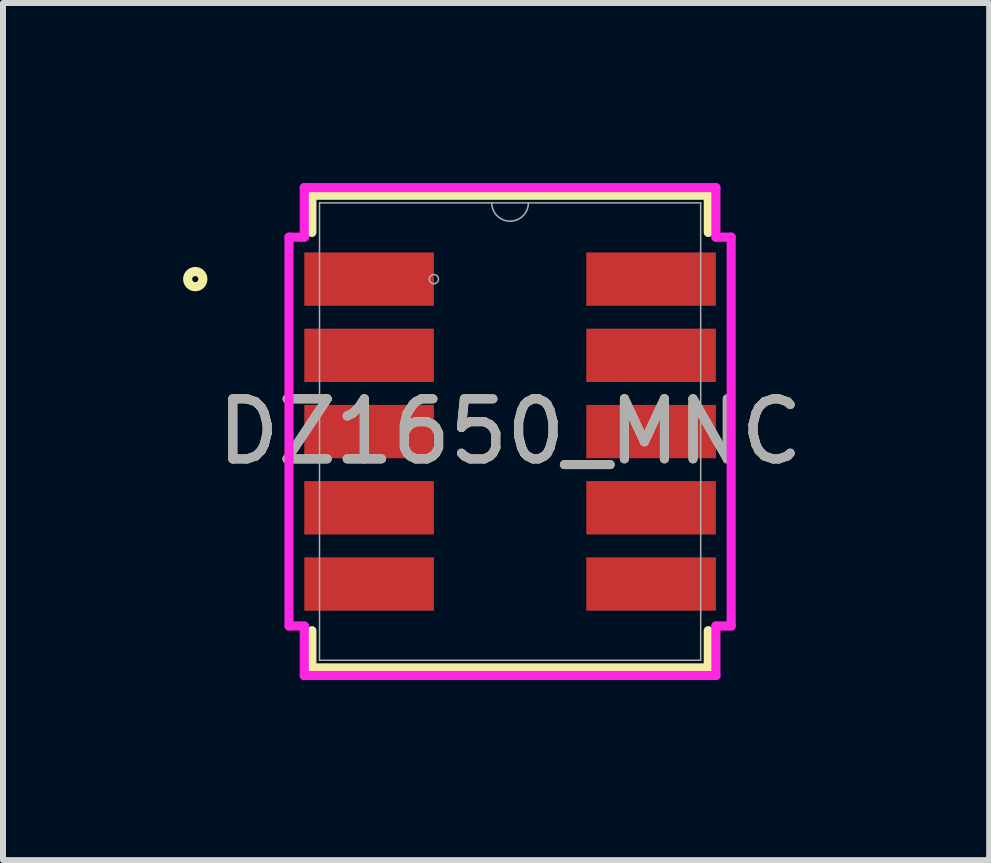
<source format=kicad_pcb>
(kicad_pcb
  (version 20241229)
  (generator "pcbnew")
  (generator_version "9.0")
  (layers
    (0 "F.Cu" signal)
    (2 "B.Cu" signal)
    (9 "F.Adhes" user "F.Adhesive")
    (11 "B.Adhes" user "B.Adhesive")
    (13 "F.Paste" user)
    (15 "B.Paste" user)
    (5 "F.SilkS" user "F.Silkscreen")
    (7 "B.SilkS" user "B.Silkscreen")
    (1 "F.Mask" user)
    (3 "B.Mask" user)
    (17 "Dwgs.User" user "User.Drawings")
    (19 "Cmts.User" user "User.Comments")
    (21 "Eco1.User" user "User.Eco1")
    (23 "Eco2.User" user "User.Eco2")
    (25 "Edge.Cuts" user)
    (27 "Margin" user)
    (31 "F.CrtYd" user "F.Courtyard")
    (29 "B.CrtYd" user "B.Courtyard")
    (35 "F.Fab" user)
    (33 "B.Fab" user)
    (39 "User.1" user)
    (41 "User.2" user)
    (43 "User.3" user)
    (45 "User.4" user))
  (footprint "DZ1650_MNC"
    (layer "F.Cu")
    (at 5.448 4.14)
    (property "Reference" "DZ1650_MNC" (at 0 0 0) (unlocked yes) (layer "F.SilkS") (effects (font (size 1 1) (thickness 0.15))))
    (attr smd)
    (fp_line (start -3.302 -3.937) (end -3.302 -3.317) (stroke (width 0.152) (type solid)) (layer "F.SilkS"))
    (fp_line (start -3.302 3.317) (end -3.302 3.937) (stroke (width 0.152) (type solid)) (layer "F.SilkS"))
    (fp_line (start -3.302 3.937) (end 3.302 3.937) (stroke (width 0.152) (type solid)) (layer "F.SilkS"))
    (fp_line (start 3.302 -3.937) (end -3.302 -3.937) (stroke (width 0.152) (type solid)) (layer "F.SilkS"))
    (fp_line (start 3.302 -3.317) (end 3.302 -3.937) (stroke (width 0.152) (type solid)) (layer "F.SilkS"))
    (fp_line (start 3.302 3.937) (end 3.302 3.317) (stroke (width 0.152) (type solid)) (layer "F.SilkS"))
    (fp_circle (center -5.245 -2.54) (end -5.118 -2.54) (stroke (width 0.152) (type solid)) (fill no) (layer "F.SilkS"))
    (fp_line (start -3.683 -3.239) (end -3.429 -3.239) (stroke (width 0.152) (type solid)) (layer "F.CrtYd"))
    (fp_line (start -3.683 3.239) (end -3.683 -3.239) (stroke (width 0.152) (type solid)) (layer "F.CrtYd"))
    (fp_line (start -3.683 3.239) (end -3.429 3.239) (stroke (width 0.152) (type solid)) (layer "F.CrtYd"))
    (fp_line (start -3.429 -4.064) (end 3.429 -4.064) (stroke (width 0.152) (type solid)) (layer "F.CrtYd"))
    (fp_line (start -3.429 -3.239) (end -3.429 -4.064) (stroke (width 0.152) (type solid)) (layer "F.CrtYd"))
    (fp_line (start -3.429 4.064) (end -3.429 3.239) (stroke (width 0.152) (type solid)) (layer "F.CrtYd"))
    (fp_line (start 3.429 -4.064) (end 3.429 -3.239) (stroke (width 0.152) (type solid)) (layer "F.CrtYd"))
    (fp_line (start 3.429 3.239) (end 3.429 4.064) (stroke (width 0.152) (type solid)) (layer "F.CrtYd"))
    (fp_line (start 3.429 4.064) (end -3.429 4.064) (stroke (width 0.152) (type solid)) (layer "F.CrtYd"))
    (fp_line (start 3.683 -3.239) (end 3.429 -3.239) (stroke (width 0.152) (type solid)) (layer "F.CrtYd"))
    (fp_line (start 3.683 -3.239) (end 3.683 3.239) (stroke (width 0.152) (type solid)) (layer "F.CrtYd"))
    (fp_line (start 3.683 3.239) (end 3.429 3.239) (stroke (width 0.152) (type solid)) (layer "F.CrtYd"))
    (fp_line (start -3.175 -3.81) (end -3.175 3.81) (stroke (width 0.025) (type solid)) (layer "F.Fab"))
    (fp_line (start -3.175 3.81) (end 3.175 3.81) (stroke (width 0.025) (type solid)) (layer "F.Fab"))
    (fp_line (start 3.175 -3.81) (end -3.175 -3.81) (stroke (width 0.025) (type solid)) (layer "F.Fab"))
    (fp_line (start 3.175 3.81) (end 3.175 -3.81) (stroke (width 0.025) (type solid)) (layer "F.Fab"))
    (fp_arc (start 0.3048 -3.81) (mid 0 -3.5052) (end -0.3048 -3.81) (stroke (width 0.0254) (type solid)) (layer "F.Fab"))
    (fp_circle (center -1.27 -2.54) (end -1.194 -2.54) (stroke (width 0.025) (type solid)) (fill no) (layer "F.Fab"))
    (fp_text user "${REFERENCE}" (at 0 0 0) (unlocked yes) (layer "F.Fab") (effects (font (size 1 1) (thickness 0.15))))
    (pad "1" smd rect (at -2.349 -2.54) (size 2.159 0.889) (layers "F.Cu" "F.Mask" "F.Paste"))
    (pad "2" smd rect (at -2.349 -1.27) (size 2.159 0.889) (layers "F.Cu" "F.Mask" "F.Paste"))
    (pad "3" smd rect (at -2.349 0) (size 2.159 0.889) (layers "F.Cu" "F.Mask" "F.Paste"))
    (pad "4" smd rect (at -2.349 1.27) (size 2.159 0.889) (layers "F.Cu" "F.Mask" "F.Paste"))
    (pad "5" smd rect (at -2.349 2.54) (size 2.159 0.889) (layers "F.Cu" "F.Mask" "F.Paste"))
    (pad "6" smd rect (at 2.349 2.54) (size 2.159 0.889) (layers "F.Cu" "F.Mask" "F.Paste"))
    (pad "7" smd rect (at 2.349 1.27) (size 2.159 0.889) (layers "F.Cu" "F.Mask" "F.Paste"))
    (pad "8" smd rect (at 2.349 0) (size 2.159 0.889) (layers "F.Cu" "F.Mask" "F.Paste"))
    (pad "9" smd rect (at 2.349 -1.27) (size 2.159 0.889) (layers "F.Cu" "F.Mask" "F.Paste"))
    (pad "10" smd rect (at 2.349 -2.54) (size 2.159 0.889) (layers "F.Cu" "F.Mask" "F.Paste")))
  (gr_rect
    (start -3 -3)
    (end 13.43 11.28)
    (stroke (width 0.1) (type default))
    (fill no)
    (layer "Edge.Cuts")))
</source>
